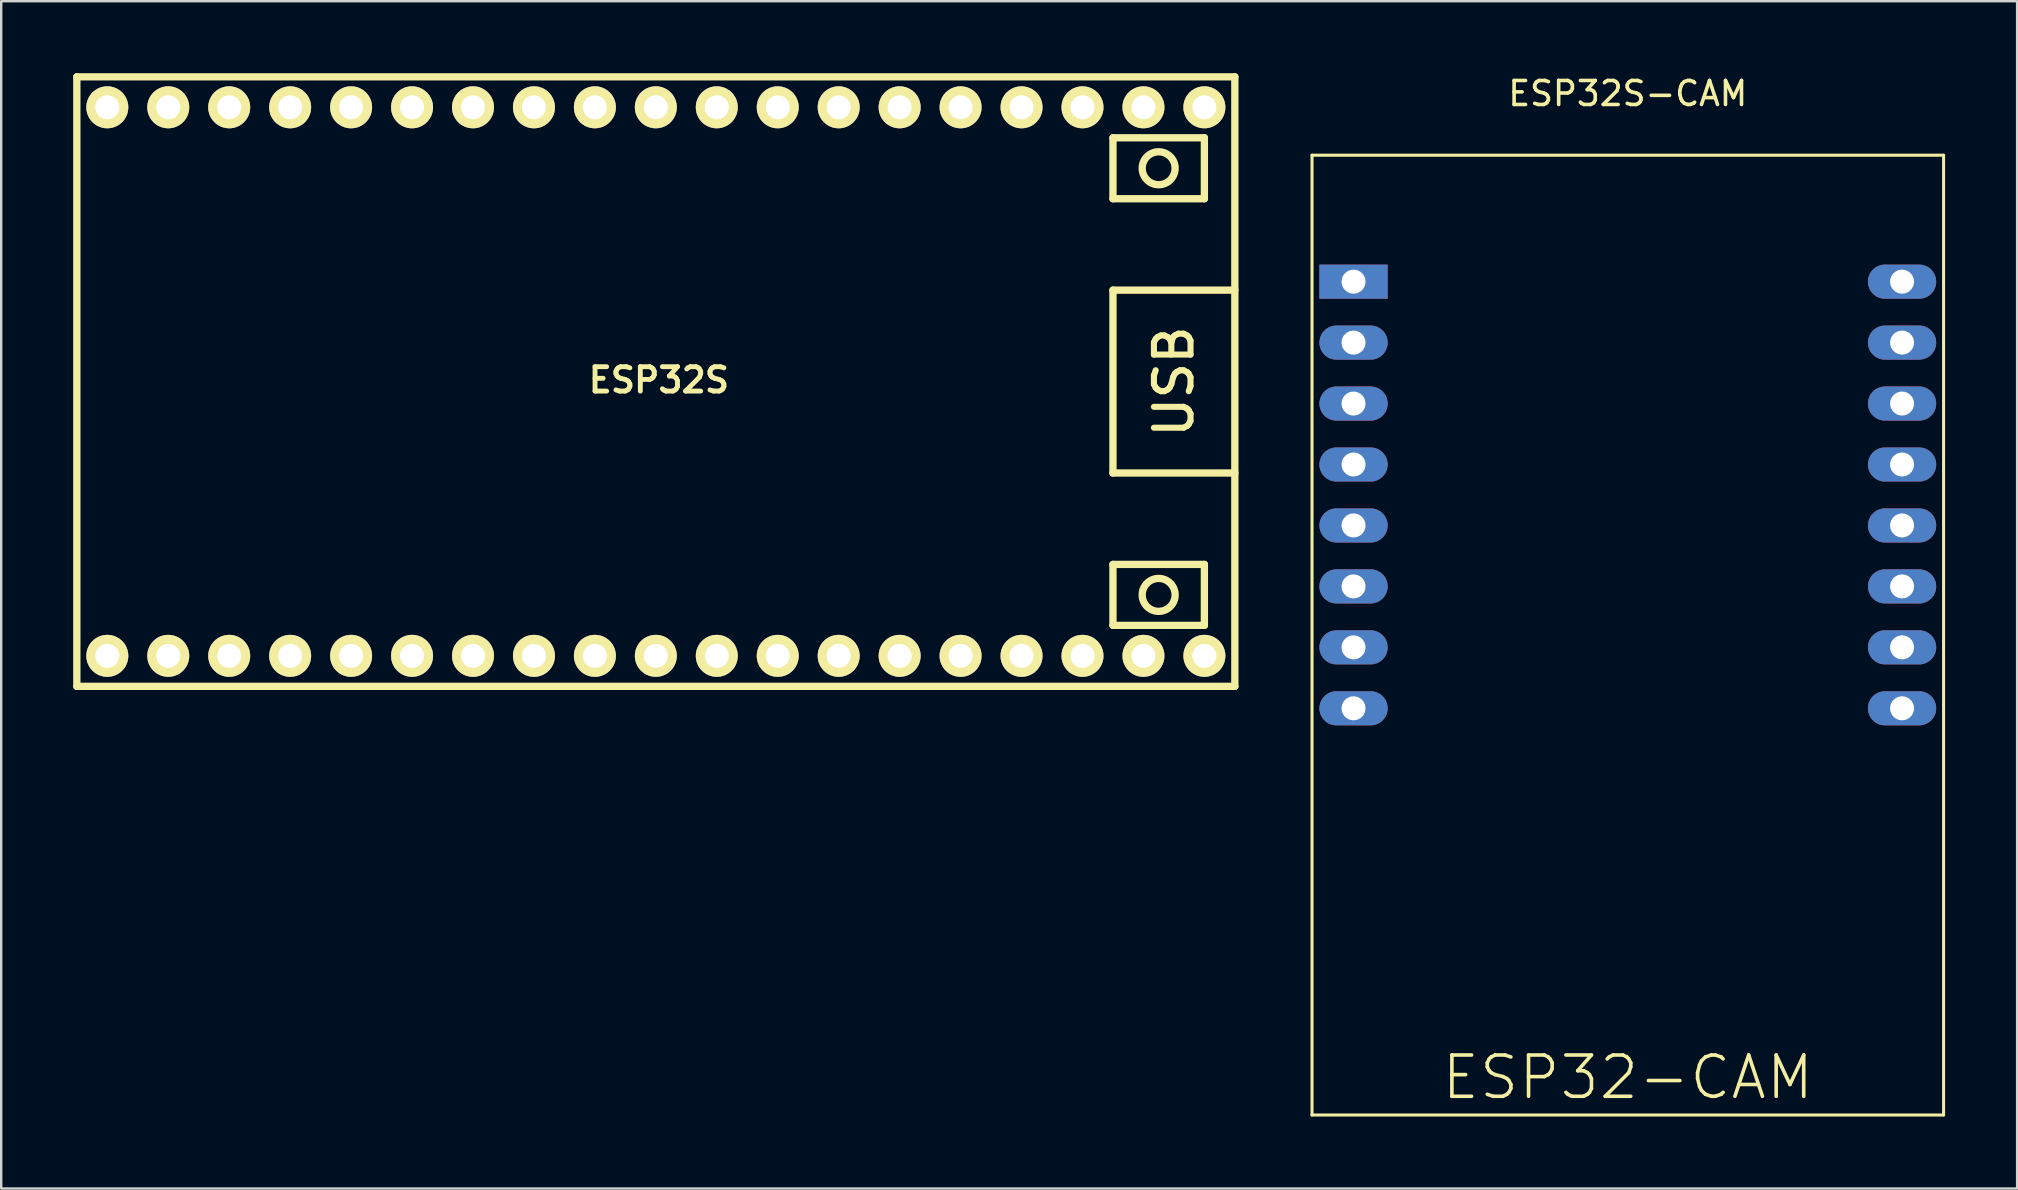
<source format=kicad_pcb>
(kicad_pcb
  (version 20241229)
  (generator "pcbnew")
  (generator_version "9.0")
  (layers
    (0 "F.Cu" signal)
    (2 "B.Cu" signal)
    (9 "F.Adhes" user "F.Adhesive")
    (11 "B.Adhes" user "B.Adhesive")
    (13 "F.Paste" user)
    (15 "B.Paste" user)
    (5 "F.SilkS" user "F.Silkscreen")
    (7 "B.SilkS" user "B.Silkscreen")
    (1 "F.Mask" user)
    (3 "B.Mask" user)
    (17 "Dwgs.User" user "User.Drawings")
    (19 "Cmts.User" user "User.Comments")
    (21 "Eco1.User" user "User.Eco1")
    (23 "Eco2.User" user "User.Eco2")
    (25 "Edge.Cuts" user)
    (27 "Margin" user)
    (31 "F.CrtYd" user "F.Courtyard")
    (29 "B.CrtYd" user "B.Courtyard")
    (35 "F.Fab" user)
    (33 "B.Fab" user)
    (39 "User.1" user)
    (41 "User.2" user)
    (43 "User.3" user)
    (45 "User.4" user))
  (footprint "ESP32S-CAM"
    (layer "F.Cu")
    (at 64.788 18.848)
    (property "Reference" "ESP32S-CAM" (at 0 -18 0) (layer "F.SilkS") (effects (font (size 1 1) (thickness 0.15))))
    (attr through_hole)
    (fp_line (start -13.16 -15.43) (end 13.16 -15.43) (stroke (width 0.127) (type solid)) (layer "F.SilkS"))
    (fp_line (start -13.16 24.57) (end -13.16 -15.43) (stroke (width 0.127) (type solid)) (layer "F.SilkS"))
    (fp_line (start 13.16 -15.43) (end 13.16 24.57) (stroke (width 0.127) (type solid)) (layer "F.SilkS"))
    (fp_line (start 13.16 24.57) (end -13.16 24.57) (stroke (width 0.127) (type solid)) (layer "F.SilkS"))
    (fp_text user "ESP32-CAM" (at 0 23 0) (layer "F.SilkS") (effects (font (size 1.72 1.72) (thickness 0.15))))
    (pad "1" thru_hole rect (at -11.43 -10.16) (size 2.845 1.422) (drill 1) (layers "*.Cu" "*.Mask"))
    (pad "2" thru_hole oval (at -11.43 -7.62) (size 2.845 1.422) (drill 1) (layers "*.Cu" "*.Mask"))
    (pad "3" thru_hole oval (at -11.43 -5.08) (size 2.845 1.422) (drill 1) (layers "*.Cu" "*.Mask"))
    (pad "4" thru_hole oval (at -11.43 -2.54) (size 2.845 1.422) (drill 1) (layers "*.Cu" "*.Mask"))
    (pad "5" thru_hole oval (at -11.43 0) (size 2.845 1.422) (drill 1) (layers "*.Cu" "*.Mask"))
    (pad "6" thru_hole oval (at -11.43 2.54) (size 2.845 1.422) (drill 1) (layers "*.Cu" "*.Mask"))
    (pad "7" thru_hole oval (at -11.43 5.08) (size 2.845 1.422) (drill 1) (layers "*.Cu" "*.Mask"))
    (pad "8" thru_hole oval (at -11.43 7.62) (size 2.845 1.422) (drill 1) (layers "*.Cu" "*.Mask"))
    (pad "9" thru_hole oval (at 11.43 7.62) (size 2.845 1.422) (drill 1) (layers "*.Cu" "*.Mask"))
    (pad "10" thru_hole oval (at 11.43 5.08) (size 2.845 1.422) (drill 1) (layers "*.Cu" "*.Mask"))
    (pad "11" thru_hole oval (at 11.43 2.54) (size 2.845 1.422) (drill 1) (layers "*.Cu" "*.Mask"))
    (pad "12" thru_hole oval (at 11.43 0) (size 2.845 1.422) (drill 1) (layers "*.Cu" "*.Mask"))
    (pad "13" thru_hole oval (at 11.43 -2.54) (size 2.845 1.422) (drill 1) (layers "*.Cu" "*.Mask"))
    (pad "14" thru_hole oval (at 11.43 -5.08) (size 2.845 1.422) (drill 1) (layers "*.Cu" "*.Mask"))
    (pad "15" thru_hole oval (at 11.43 -7.62) (size 2.845 1.422) (drill 1) (layers "*.Cu" "*.Mask"))
    (pad "16" thru_hole oval (at 11.43 -10.16) (size 2.845 1.422) (drill 1) (layers "*.Cu" "*.Mask")))
  (footprint "ESP32S"
    (layer "F.Cu")
    (at 24.282 12.852)
    (property "Reference" "ESP32S" (at 0.127 -0.064 0) (layer "F.SilkS") (effects (font (size 1.016 1.016) (thickness 0.203))))
    (attr through_hole)
    (fp_line (start -24.13 -12.7) (end -24.13 12.7) (stroke (width 0.305) (type solid)) (layer "F.SilkS"))
    (fp_line (start -24.13 -12.7) (end 24.13 -12.7) (stroke (width 0.305) (type solid)) (layer "F.SilkS"))
    (fp_line (start 19.05 -10.16) (end 19.05 -7.62) (stroke (width 0.305) (type solid)) (layer "F.SilkS"))
    (fp_line (start 19.05 -7.62) (end 22.86 -7.62) (stroke (width 0.305) (type solid)) (layer "F.SilkS"))
    (fp_line (start 19.05 -3.81) (end 19.05 3.81) (stroke (width 0.305) (type solid)) (layer "F.SilkS"))
    (fp_line (start 19.05 3.81) (end 24.13 3.81) (stroke (width 0.305) (type solid)) (layer "F.SilkS"))
    (fp_line (start 19.05 7.62) (end 22.86 7.62) (stroke (width 0.305) (type solid)) (layer "F.SilkS"))
    (fp_line (start 19.05 10.16) (end 19.05 7.62) (stroke (width 0.305) (type solid)) (layer "F.SilkS"))
    (fp_line (start 22.86 -10.16) (end 19.05 -10.16) (stroke (width 0.305) (type solid)) (layer "F.SilkS"))
    (fp_line (start 22.86 -7.62) (end 22.86 -10.16) (stroke (width 0.305) (type solid)) (layer "F.SilkS"))
    (fp_line (start 22.86 7.62) (end 22.86 10.16) (stroke (width 0.305) (type solid)) (layer "F.SilkS"))
    (fp_line (start 22.86 10.16) (end 19.05 10.16) (stroke (width 0.305) (type solid)) (layer "F.SilkS"))
    (fp_line (start 24.13 -3.81) (end 19.05 -3.81) (stroke (width 0.305) (type solid)) (layer "F.SilkS"))
    (fp_line (start 24.13 12.7) (end -24.13 12.7) (stroke (width 0.305) (type solid)) (layer "F.SilkS"))
    (fp_line (start 24.13 12.7) (end 24.13 -12.7) (stroke (width 0.305) (type solid)) (layer "F.SilkS"))
    (fp_circle (center 20.955 -8.89) (end 21.526 -8.509) (stroke (width 0.305) (type solid)) (fill no) (layer "F.SilkS"))
    (fp_circle (center 20.955 8.89) (end 21.526 9.271) (stroke (width 0.305) (type solid)) (fill no) (layer "F.SilkS"))
    (fp_text user "USB" (at 21.59 0 90) (layer "F.SilkS") (effects (font (size 1.524 1.524) (thickness 0.254))))
    (pad "1" thru_hole circle (at -22.86 11.43) (size 1.75 1.75) (drill 1) (layers "*.Cu" "*.Mask" "F.SilkS"))
    (pad "2" thru_hole circle (at -20.32 11.43) (size 1.75 1.75) (drill 1) (layers "*.Cu" "*.Mask" "F.SilkS"))
    (pad "3" thru_hole circle (at -17.78 11.43) (size 1.75 1.75) (drill 1) (layers "*.Cu" "*.Mask" "F.SilkS"))
    (pad "4" thru_hole circle (at -15.24 11.43) (size 1.75 1.75) (drill 1) (layers "*.Cu" "*.Mask" "F.SilkS"))
    (pad "5" thru_hole circle (at -12.7 11.43) (size 1.75 1.75) (drill 1) (layers "*.Cu" "*.Mask" "F.SilkS"))
    (pad "6" thru_hole circle (at -10.16 11.43) (size 1.75 1.75) (drill 1) (layers "*.Cu" "*.Mask" "F.SilkS"))
    (pad "7" thru_hole circle (at -7.62 11.43) (size 1.75 1.75) (drill 1) (layers "*.Cu" "*.Mask" "F.SilkS"))
    (pad "8" thru_hole circle (at -5.08 11.43) (size 1.75 1.75) (drill 1) (layers "*.Cu" "*.Mask" "F.SilkS"))
    (pad "9" thru_hole circle (at -2.54 11.43) (size 1.75 1.75) (drill 1) (layers "*.Cu" "*.Mask" "F.SilkS"))
    (pad "10" thru_hole circle (at 0 11.43) (size 1.75 1.75) (drill 1) (layers "*.Cu" "*.Mask" "F.SilkS"))
    (pad "11" thru_hole circle (at 2.54 11.43) (size 1.75 1.75) (drill 1) (layers "*.Cu" "*.Mask" "F.SilkS"))
    (pad "12" thru_hole circle (at 5.08 11.43) (size 1.75 1.75) (drill 1) (layers "*.Cu" "*.Mask" "F.SilkS"))
    (pad "13" thru_hole circle (at 7.62 11.43) (size 1.75 1.75) (drill 1) (layers "*.Cu" "*.Mask" "F.SilkS"))
    (pad "14" thru_hole circle (at 10.16 11.43) (size 1.75 1.75) (drill 1) (layers "*.Cu" "*.Mask" "F.SilkS"))
    (pad "15" thru_hole circle (at 12.7 11.43) (size 1.75 1.75) (drill 1) (layers "*.Cu" "*.Mask" "F.SilkS"))
    (pad "16" thru_hole circle (at 15.24 11.43) (size 1.75 1.75) (drill 1) (layers "*.Cu" "*.Mask" "F.SilkS"))
    (pad "17" thru_hole circle (at 17.78 11.43) (size 1.75 1.75) (drill 1) (layers "*.Cu" "*.Mask" "F.SilkS"))
    (pad "18" thru_hole circle (at 20.32 11.43) (size 1.75 1.75) (drill 1) (layers "*.Cu" "*.Mask" "F.SilkS"))
    (pad "19" thru_hole circle (at 22.86 11.43) (size 1.75 1.75) (drill 1) (layers "*.Cu" "*.Mask" "F.SilkS"))
    (pad "20" thru_hole circle (at 22.86 -11.43 180) (size 1.75 1.75) (drill 1) (layers "*.Cu" "*.Mask" "F.SilkS"))
    (pad "21" thru_hole circle (at 20.32 -11.43 180) (size 1.75 1.75) (drill 1) (layers "*.Cu" "*.Mask" "F.SilkS"))
    (pad "22" thru_hole circle (at 17.78 -11.43 180) (size 1.75 1.75) (drill 1) (layers "*.Cu" "*.Mask" "F.SilkS"))
    (pad "23" thru_hole circle (at 15.24 -11.43 180) (size 1.75 1.75) (drill 1) (layers "*.Cu" "*.Mask" "F.SilkS"))
    (pad "24" thru_hole circle (at 12.7 -11.43 180) (size 1.75 1.75) (drill 1) (layers "*.Cu" "*.Mask" "F.SilkS"))
    (pad "25" thru_hole circle (at 10.16 -11.43 180) (size 1.75 1.75) (drill 1) (layers "*.Cu" "*.Mask" "F.SilkS"))
    (pad "26" thru_hole circle (at 7.62 -11.43 180) (size 1.75 1.75) (drill 1) (layers "*.Cu" "*.Mask" "F.SilkS"))
    (pad "27" thru_hole circle (at 5.08 -11.43 180) (size 1.75 1.75) (drill 1) (layers "*.Cu" "*.Mask" "F.SilkS"))
    (pad "28" thru_hole circle (at 2.54 -11.43 180) (size 1.75 1.75) (drill 1) (layers "*.Cu" "*.Mask" "F.SilkS"))
    (pad "29" thru_hole circle (at 0 -11.43 180) (size 1.75 1.75) (drill 1) (layers "*.Cu" "*.Mask" "F.SilkS"))
    (pad "30" thru_hole circle (at -2.54 -11.43 180) (size 1.75 1.75) (drill 1) (layers "*.Cu" "*.Mask" "F.SilkS"))
    (pad "31" thru_hole circle (at -5.08 -11.43 180) (size 1.75 1.75) (drill 1) (layers "*.Cu" "*.Mask" "F.SilkS"))
    (pad "32" thru_hole circle (at -7.62 -11.43 180) (size 1.75 1.75) (drill 1) (layers "*.Cu" "*.Mask" "F.SilkS"))
    (pad "33" thru_hole circle (at -10.16 -11.43 180) (size 1.75 1.75) (drill 1) (layers "*.Cu" "*.Mask" "F.SilkS"))
    (pad "34" thru_hole circle (at -12.7 -11.43 180) (size 1.75 1.75) (drill 1) (layers "*.Cu" "*.Mask" "F.SilkS"))
    (pad "35" thru_hole circle (at -15.24 -11.43 180) (size 1.75 1.75) (drill 1) (layers "*.Cu" "*.Mask" "F.SilkS"))
    (pad "36" thru_hole circle (at -17.78 -11.43 180) (size 1.75 1.75) (drill 1) (layers "*.Cu" "*.Mask" "F.SilkS"))
    (pad "37" thru_hole circle (at -20.32 -11.43 180) (size 1.75 1.75) (drill 1) (layers "*.Cu" "*.Mask" "F.SilkS"))
    (pad "38" thru_hole circle (at -22.86 -11.43 180) (size 1.75 1.75) (drill 1) (layers "*.Cu" "*.Mask" "F.SilkS")))
  (gr_rect
    (start -3 -3)
    (end 81.012 46.482)
    (stroke (width 0.1) (type default))
    (fill no)
    (layer "Edge.Cuts")))
</source>
